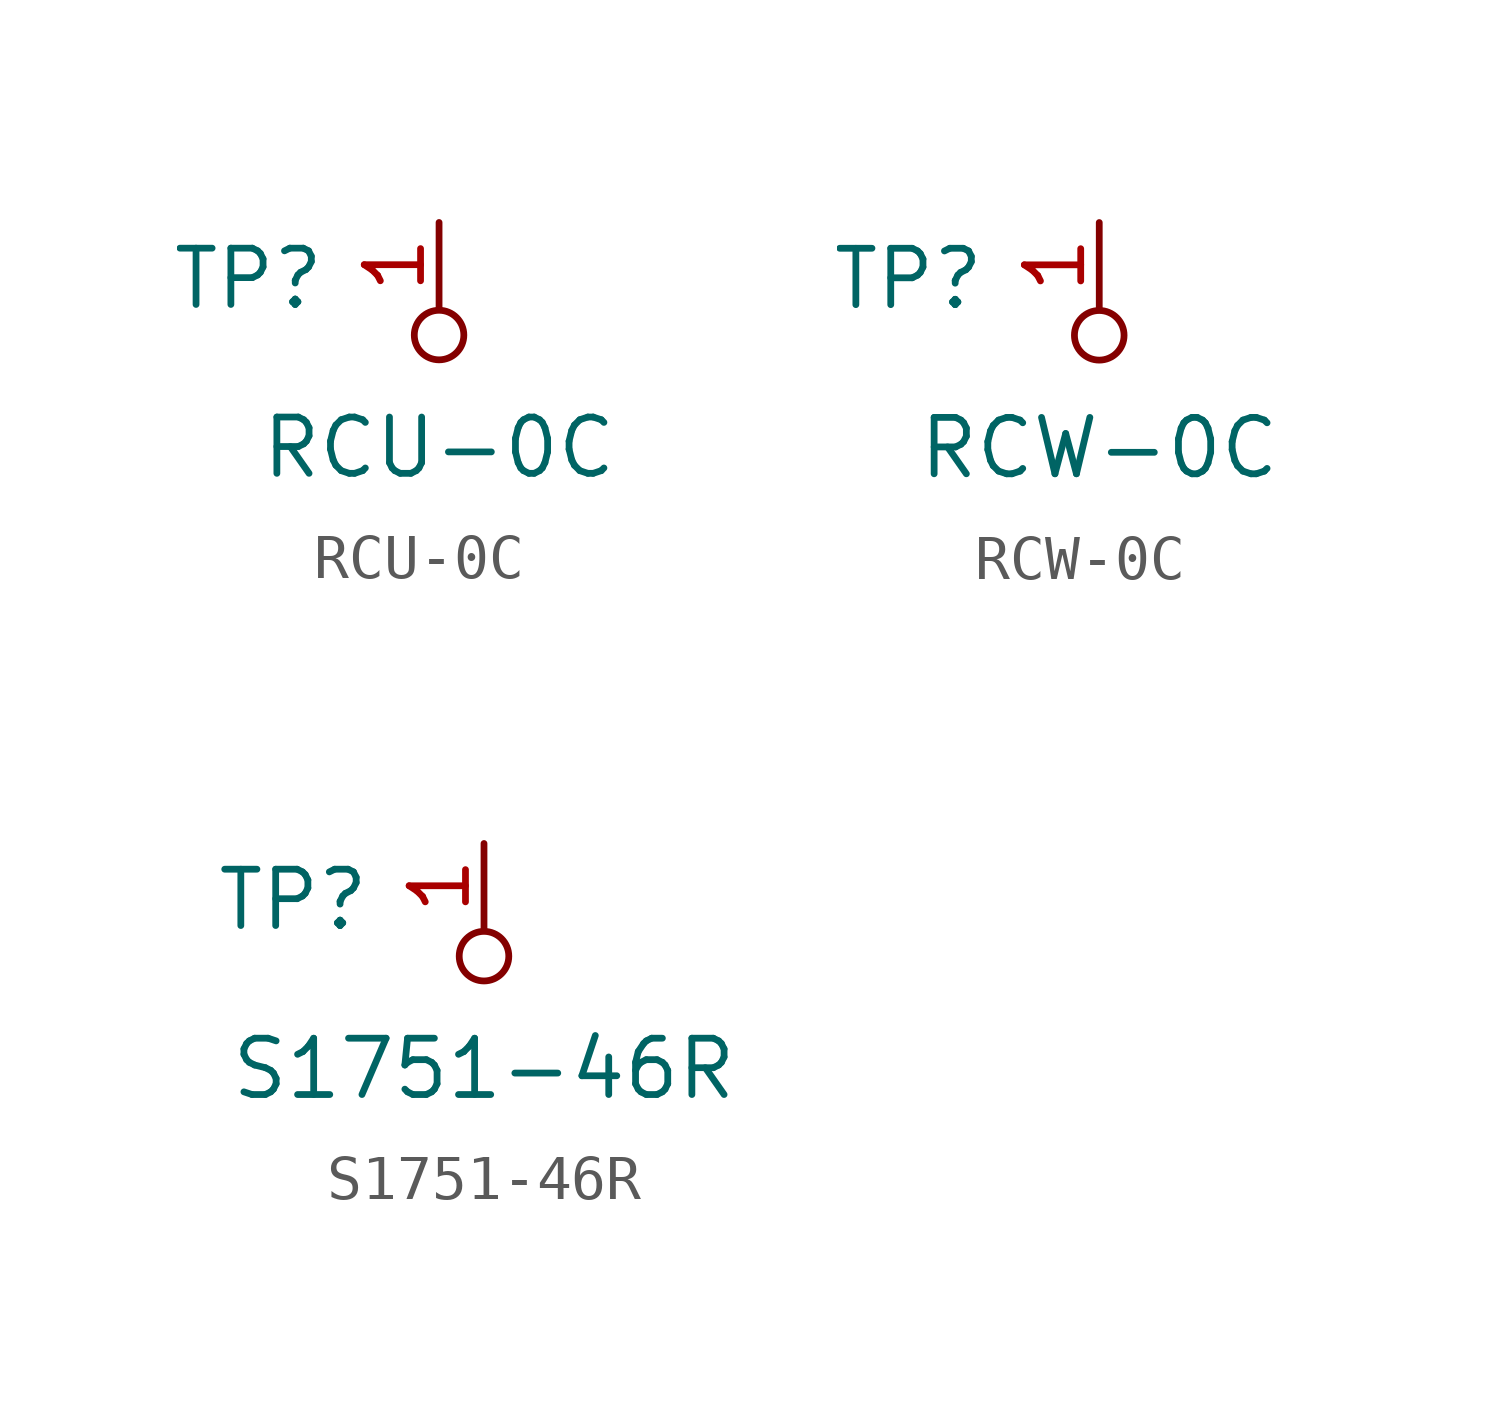
<source format=kicad_sym>
(kicad_symbol_lib
  (version 20231120)
  (generator "kicad_symbol_editor")
  (generator_version "8.0")
  (symbol "RCU-0C"
    (pin_names
      (offset 1.016))
    (property "Reference" "TP"
      (at -2.54 1.27 0)
      (effects (font (size 1.27 1.27)) (justify right)))
    (property "Value" "RCU-0C"
      (at 0 -2.54 0)
      (effects (font (size 1.27 1.27))))
    (symbol "RCU-0C_0_1"
      (circle (center 0 0) (radius 0.559) (stroke (width 0) (type default)) (fill (type none))))
    (symbol "RCU-0C_1_1"
      (pin passive line (at 0 2.54 270) (length 1.905) (name "~" (effects (font (size 1.27 1.27)))) (number "1" (effects (font (size 1.27 1.27)))))))
  (symbol "RCW-0C"
    (pin_names
      (offset 1.016))
    (property "Reference" "TP"
      (at -2.54 1.27 0)
      (effects (font (size 1.27 1.27)) (justify right)))
    (property "Value" "RCW-0C"
      (at 0 -2.54 0)
      (effects (font (size 1.27 1.27))))
    (symbol "RCW-0C_1_1"
      (circle (center 0 0) (radius 0.559) (stroke (width 0) (type default)) (fill (type none)))
      (pin passive line (at 0 2.54 270) (length 1.905) (name "~" (effects (font (size 1.27 1.27)))) (number "1" (effects (font (size 1.27 1.27)))))))
  (symbol "S1751-46R"
    (pin_names
      (offset 1.016))
    (property "Reference" "TP"
      (at -2.54 1.27 0)
      (effects (font (size 1.27 1.27)) (justify right)))
    (property "Value" "S1751-46R"
      (at 0 -2.54 0)
      (effects (font (size 1.27 1.27))))
    (symbol "S1751-46R_0_1"
      (circle (center 0 0) (radius 0.559) (stroke (width 0) (type default)) (fill (type none))))
    (symbol "S1751-46R_1_1"
      (pin passive line (at 0 2.54 270) (length 1.905) (name "~" (effects (font (size 1.27 1.27)))) (number "1" (effects (font (size 1.27 1.27))))))))
</source>
